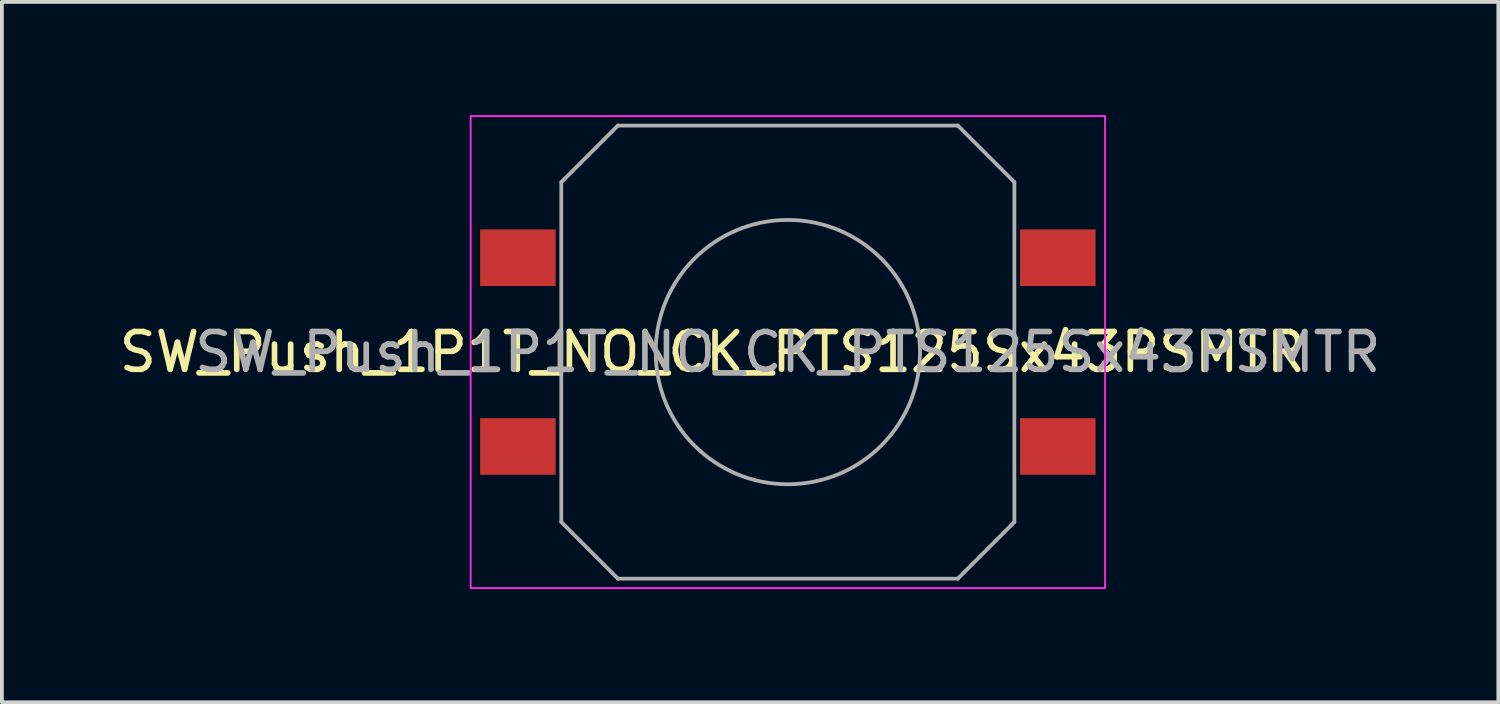
<source format=kicad_pcb>
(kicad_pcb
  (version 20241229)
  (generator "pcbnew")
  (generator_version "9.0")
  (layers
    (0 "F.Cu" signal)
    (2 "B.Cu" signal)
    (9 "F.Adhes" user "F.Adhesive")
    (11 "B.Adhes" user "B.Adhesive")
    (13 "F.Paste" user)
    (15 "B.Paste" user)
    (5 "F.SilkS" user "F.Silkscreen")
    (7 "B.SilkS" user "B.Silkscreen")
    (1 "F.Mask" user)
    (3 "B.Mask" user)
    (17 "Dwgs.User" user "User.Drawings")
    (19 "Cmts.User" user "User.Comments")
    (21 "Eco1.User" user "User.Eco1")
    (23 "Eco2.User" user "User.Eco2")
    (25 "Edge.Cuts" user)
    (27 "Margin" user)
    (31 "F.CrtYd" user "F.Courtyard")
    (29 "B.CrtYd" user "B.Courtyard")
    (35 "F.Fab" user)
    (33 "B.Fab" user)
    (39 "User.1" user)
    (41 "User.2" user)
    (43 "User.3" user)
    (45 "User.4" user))
  (footprint "SW_Push_1P1T_NO_CK_PTS125Sx43PSMTR"
    (layer "F.Cu")
    (at 17.815 6.275)
    (property "Reference" "SW_Push_1P1T_NO_CK_PTS125Sx43PSMTR" (at -2 0 180) (layer "F.SilkS") (effects (font (size 1 1) (thickness 0.15))))
    (attr smd)
    (fp_line (start -8.4 -6.25) (end 8.4 -6.25) (stroke (width 0.05) (type solid)) (layer "F.CrtYd"))
    (fp_line (start -8.4 6.25) (end -8.4 -6.25) (stroke (width 0.05) (type solid)) (layer "F.CrtYd"))
    (fp_line (start 8.4 -6.25) (end 8.4 6.25) (stroke (width 0.05) (type solid)) (layer "F.CrtYd"))
    (fp_line (start 8.4 6.25) (end -8.4 6.25) (stroke (width 0.05) (type solid)) (layer "F.CrtYd"))
    (fp_line (start -6 -4.5) (end -6 4.5) (stroke (width 0.1) (type solid)) (layer "F.Fab"))
    (fp_line (start -6 -4.5) (end -4.5 -6) (stroke (width 0.1) (type solid)) (layer "F.Fab"))
    (fp_line (start -4.5 6) (end -6 4.5) (stroke (width 0.1) (type solid)) (layer "F.Fab"))
    (fp_line (start -4.5 6) (end 4.5 6) (stroke (width 0.1) (type solid)) (layer "F.Fab"))
    (fp_line (start 4.5 -6) (end -4.5 -6) (stroke (width 0.1) (type solid)) (layer "F.Fab"))
    (fp_line (start 4.5 -6) (end 6 -4.5) (stroke (width 0.1) (type solid)) (layer "F.Fab"))
    (fp_line (start 6 4.5) (end 4.5 6) (stroke (width 0.1) (type solid)) (layer "F.Fab"))
    (fp_line (start 6 4.5) (end 6 -4.5) (stroke (width 0.1) (type solid)) (layer "F.Fab"))
    (fp_circle (center 0 0) (end 3.5 0) (stroke (width 0.1) (type solid)) (fill no) (layer "F.Fab"))
    (fp_text user "${REFERENCE}" (at 0 0 180) (layer "F.Fab") (effects (font (size 1 1) (thickness 0.15))))
    (pad "1" smd rect (at -7.15 -2.5) (size 2 1.5) (layers "F.Cu" "F.Mask" "F.Paste"))
    (pad "1" smd rect (at 7.15 -2.5) (size 2 1.5) (layers "F.Cu" "F.Mask" "F.Paste"))
    (pad "2" smd rect (at -7.15 2.5) (size 2 1.5) (layers "F.Cu" "F.Mask" "F.Paste"))
    (pad "2" smd rect (at 7.15 2.5) (size 2 1.5) (layers "F.Cu" "F.Mask" "F.Paste")))
  (gr_rect
    (start -3 -3)
    (end 36.631 15.55)
    (stroke (width 0.1) (type default))
    (fill no)
    (layer "Edge.Cuts")))
</source>
